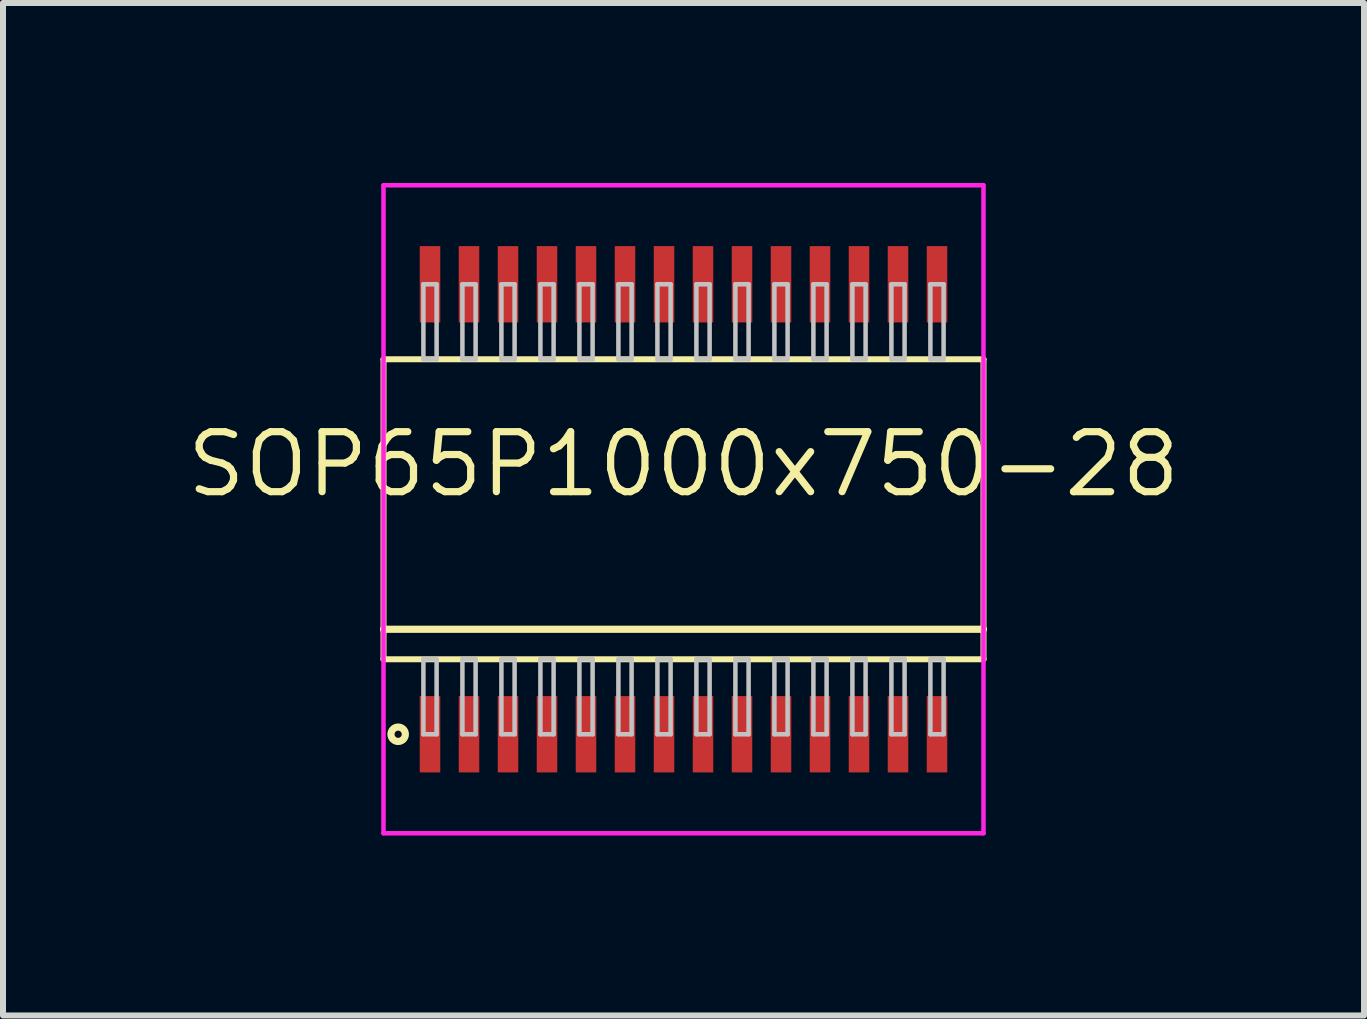
<source format=kicad_pcb>
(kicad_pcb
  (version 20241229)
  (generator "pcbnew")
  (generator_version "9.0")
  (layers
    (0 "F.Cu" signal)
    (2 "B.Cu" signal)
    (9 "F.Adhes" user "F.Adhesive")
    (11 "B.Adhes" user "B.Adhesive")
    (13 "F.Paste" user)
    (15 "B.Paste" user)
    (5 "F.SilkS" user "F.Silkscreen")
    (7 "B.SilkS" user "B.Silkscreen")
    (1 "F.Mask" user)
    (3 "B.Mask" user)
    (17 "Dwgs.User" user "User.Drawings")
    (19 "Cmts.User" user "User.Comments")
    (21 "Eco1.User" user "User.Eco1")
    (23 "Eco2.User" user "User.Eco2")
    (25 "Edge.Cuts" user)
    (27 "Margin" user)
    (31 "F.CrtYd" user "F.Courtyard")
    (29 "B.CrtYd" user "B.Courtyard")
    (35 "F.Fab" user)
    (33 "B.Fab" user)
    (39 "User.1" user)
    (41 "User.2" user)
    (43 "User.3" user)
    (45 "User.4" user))
  (footprint "SOP65P1000x750-28"
    (layer "F.Cu")
    (at 8.342 5.438)
    (property "Reference" "SOP65P1000x750-28" (at 0 -0.75 0) (layer "F.SilkS") (effects (font (size 1 1) (thickness 0.12))))
    (attr through_hole)
    (fp_line (start -5 -2.5) (end -5 2.5) (stroke (width 0.1) (type solid)) (layer "F.SilkS"))
    (fp_line (start -5 2) (end 5 2) (stroke (width 0.12) (type solid)) (layer "F.SilkS"))
    (fp_line (start -5 2.5) (end 5 2.5) (stroke (width 0.1) (type solid)) (layer "F.SilkS"))
    (fp_line (start 5 -2.5) (end -5 -2.5) (stroke (width 0.1) (type solid)) (layer "F.SilkS"))
    (fp_line (start 5 2.5) (end 5 -2.5) (stroke (width 0.1) (type solid)) (layer "F.SilkS"))
    (fp_circle (center -4.756 3.75) (end -4.636 3.75) (stroke (width 0.12) (type solid)) (fill no) (layer "F.SilkS"))
    (fp_line (start -4.335 -3.75) (end -4.335 -2.5) (stroke (width 0.075) (type solid)) (layer "Dwgs.User"))
    (fp_line (start -4.335 -2.5) (end -4.115 -2.5) (stroke (width 0.075) (type solid)) (layer "Dwgs.User"))
    (fp_line (start -4.335 2.5) (end -4.115 2.5) (stroke (width 0.075) (type solid)) (layer "Dwgs.User"))
    (fp_line (start -4.335 3.75) (end -4.335 2.5) (stroke (width 0.075) (type solid)) (layer "Dwgs.User"))
    (fp_line (start -4.115 -3.75) (end -4.335 -3.75) (stroke (width 0.075) (type solid)) (layer "Dwgs.User"))
    (fp_line (start -4.115 -2.5) (end -4.115 -3.75) (stroke (width 0.075) (type solid)) (layer "Dwgs.User"))
    (fp_line (start -4.115 2.5) (end -4.115 3.75) (stroke (width 0.075) (type solid)) (layer "Dwgs.User"))
    (fp_line (start -4.115 3.75) (end -4.335 3.75) (stroke (width 0.075) (type solid)) (layer "Dwgs.User"))
    (fp_line (start -3.685 -3.75) (end -3.685 -2.5) (stroke (width 0.075) (type solid)) (layer "Dwgs.User"))
    (fp_line (start -3.685 -2.5) (end -3.465 -2.5) (stroke (width 0.075) (type solid)) (layer "Dwgs.User"))
    (fp_line (start -3.685 2.5) (end -3.465 2.5) (stroke (width 0.075) (type solid)) (layer "Dwgs.User"))
    (fp_line (start -3.685 3.75) (end -3.685 2.5) (stroke (width 0.075) (type solid)) (layer "Dwgs.User"))
    (fp_line (start -3.465 -3.75) (end -3.685 -3.75) (stroke (width 0.075) (type solid)) (layer "Dwgs.User"))
    (fp_line (start -3.465 -2.5) (end -3.465 -3.75) (stroke (width 0.075) (type solid)) (layer "Dwgs.User"))
    (fp_line (start -3.465 2.5) (end -3.465 3.75) (stroke (width 0.075) (type solid)) (layer "Dwgs.User"))
    (fp_line (start -3.465 3.75) (end -3.685 3.75) (stroke (width 0.075) (type solid)) (layer "Dwgs.User"))
    (fp_line (start -3.035 -3.75) (end -3.035 -2.5) (stroke (width 0.075) (type solid)) (layer "Dwgs.User"))
    (fp_line (start -3.035 -2.5) (end -2.815 -2.5) (stroke (width 0.075) (type solid)) (layer "Dwgs.User"))
    (fp_line (start -3.035 2.5) (end -2.815 2.5) (stroke (width 0.075) (type solid)) (layer "Dwgs.User"))
    (fp_line (start -3.035 3.75) (end -3.035 2.5) (stroke (width 0.075) (type solid)) (layer "Dwgs.User"))
    (fp_line (start -2.815 -3.75) (end -3.035 -3.75) (stroke (width 0.075) (type solid)) (layer "Dwgs.User"))
    (fp_line (start -2.815 -2.5) (end -2.815 -3.75) (stroke (width 0.075) (type solid)) (layer "Dwgs.User"))
    (fp_line (start -2.815 2.5) (end -2.815 3.75) (stroke (width 0.075) (type solid)) (layer "Dwgs.User"))
    (fp_line (start -2.815 3.75) (end -3.035 3.75) (stroke (width 0.075) (type solid)) (layer "Dwgs.User"))
    (fp_line (start -2.385 -3.75) (end -2.385 -2.5) (stroke (width 0.075) (type solid)) (layer "Dwgs.User"))
    (fp_line (start -2.385 -2.5) (end -2.165 -2.5) (stroke (width 0.075) (type solid)) (layer "Dwgs.User"))
    (fp_line (start -2.385 2.5) (end -2.165 2.5) (stroke (width 0.075) (type solid)) (layer "Dwgs.User"))
    (fp_line (start -2.385 3.75) (end -2.385 2.5) (stroke (width 0.075) (type solid)) (layer "Dwgs.User"))
    (fp_line (start -2.165 -3.75) (end -2.385 -3.75) (stroke (width 0.075) (type solid)) (layer "Dwgs.User"))
    (fp_line (start -2.165 -2.5) (end -2.165 -3.75) (stroke (width 0.075) (type solid)) (layer "Dwgs.User"))
    (fp_line (start -2.165 2.5) (end -2.165 3.75) (stroke (width 0.075) (type solid)) (layer "Dwgs.User"))
    (fp_line (start -2.165 3.75) (end -2.385 3.75) (stroke (width 0.075) (type solid)) (layer "Dwgs.User"))
    (fp_line (start -1.735 -3.75) (end -1.735 -2.5) (stroke (width 0.075) (type solid)) (layer "Dwgs.User"))
    (fp_line (start -1.735 -2.5) (end -1.515 -2.5) (stroke (width 0.075) (type solid)) (layer "Dwgs.User"))
    (fp_line (start -1.735 2.5) (end -1.515 2.5) (stroke (width 0.075) (type solid)) (layer "Dwgs.User"))
    (fp_line (start -1.735 3.75) (end -1.735 2.5) (stroke (width 0.075) (type solid)) (layer "Dwgs.User"))
    (fp_line (start -1.515 -3.75) (end -1.735 -3.75) (stroke (width 0.075) (type solid)) (layer "Dwgs.User"))
    (fp_line (start -1.515 -2.5) (end -1.515 -3.75) (stroke (width 0.075) (type solid)) (layer "Dwgs.User"))
    (fp_line (start -1.515 2.5) (end -1.515 3.75) (stroke (width 0.075) (type solid)) (layer "Dwgs.User"))
    (fp_line (start -1.515 3.75) (end -1.735 3.75) (stroke (width 0.075) (type solid)) (layer "Dwgs.User"))
    (fp_line (start -1.085 -3.75) (end -1.085 -2.5) (stroke (width 0.075) (type solid)) (layer "Dwgs.User"))
    (fp_line (start -1.085 -2.5) (end -0.865 -2.5) (stroke (width 0.075) (type solid)) (layer "Dwgs.User"))
    (fp_line (start -1.085 2.5) (end -0.865 2.5) (stroke (width 0.075) (type solid)) (layer "Dwgs.User"))
    (fp_line (start -1.085 3.75) (end -1.085 2.5) (stroke (width 0.075) (type solid)) (layer "Dwgs.User"))
    (fp_line (start -0.865 -3.75) (end -1.085 -3.75) (stroke (width 0.075) (type solid)) (layer "Dwgs.User"))
    (fp_line (start -0.865 -2.5) (end -0.865 -3.75) (stroke (width 0.075) (type solid)) (layer "Dwgs.User"))
    (fp_line (start -0.865 2.5) (end -0.865 3.75) (stroke (width 0.075) (type solid)) (layer "Dwgs.User"))
    (fp_line (start -0.865 3.75) (end -1.085 3.75) (stroke (width 0.075) (type solid)) (layer "Dwgs.User"))
    (fp_line (start -0.435 -3.75) (end -0.435 -2.5) (stroke (width 0.075) (type solid)) (layer "Dwgs.User"))
    (fp_line (start -0.435 -2.5) (end -0.215 -2.5) (stroke (width 0.075) (type solid)) (layer "Dwgs.User"))
    (fp_line (start -0.435 2.5) (end -0.215 2.5) (stroke (width 0.075) (type solid)) (layer "Dwgs.User"))
    (fp_line (start -0.435 3.75) (end -0.435 2.5) (stroke (width 0.075) (type solid)) (layer "Dwgs.User"))
    (fp_line (start -0.215 -3.75) (end -0.435 -3.75) (stroke (width 0.075) (type solid)) (layer "Dwgs.User"))
    (fp_line (start -0.215 -2.5) (end -0.215 -3.75) (stroke (width 0.075) (type solid)) (layer "Dwgs.User"))
    (fp_line (start -0.215 2.5) (end -0.215 3.75) (stroke (width 0.075) (type solid)) (layer "Dwgs.User"))
    (fp_line (start -0.215 3.75) (end -0.435 3.75) (stroke (width 0.075) (type solid)) (layer "Dwgs.User"))
    (fp_line (start 0.215 -3.75) (end 0.215 -2.5) (stroke (width 0.075) (type solid)) (layer "Dwgs.User"))
    (fp_line (start 0.215 -2.5) (end 0.435 -2.5) (stroke (width 0.075) (type solid)) (layer "Dwgs.User"))
    (fp_line (start 0.215 2.5) (end 0.435 2.5) (stroke (width 0.075) (type solid)) (layer "Dwgs.User"))
    (fp_line (start 0.215 3.75) (end 0.215 2.5) (stroke (width 0.075) (type solid)) (layer "Dwgs.User"))
    (fp_line (start 0.435 -3.75) (end 0.215 -3.75) (stroke (width 0.075) (type solid)) (layer "Dwgs.User"))
    (fp_line (start 0.435 -2.5) (end 0.435 -3.75) (stroke (width 0.075) (type solid)) (layer "Dwgs.User"))
    (fp_line (start 0.435 2.5) (end 0.435 3.75) (stroke (width 0.075) (type solid)) (layer "Dwgs.User"))
    (fp_line (start 0.435 3.75) (end 0.215 3.75) (stroke (width 0.075) (type solid)) (layer "Dwgs.User"))
    (fp_line (start 0.865 -3.75) (end 0.865 -2.5) (stroke (width 0.075) (type solid)) (layer "Dwgs.User"))
    (fp_line (start 0.865 -2.5) (end 1.085 -2.5) (stroke (width 0.075) (type solid)) (layer "Dwgs.User"))
    (fp_line (start 0.865 2.5) (end 1.085 2.5) (stroke (width 0.075) (type solid)) (layer "Dwgs.User"))
    (fp_line (start 0.865 3.75) (end 0.865 2.5) (stroke (width 0.075) (type solid)) (layer "Dwgs.User"))
    (fp_line (start 1.085 -3.75) (end 0.865 -3.75) (stroke (width 0.075) (type solid)) (layer "Dwgs.User"))
    (fp_line (start 1.085 -2.5) (end 1.085 -3.75) (stroke (width 0.075) (type solid)) (layer "Dwgs.User"))
    (fp_line (start 1.085 2.5) (end 1.085 3.75) (stroke (width 0.075) (type solid)) (layer "Dwgs.User"))
    (fp_line (start 1.085 3.75) (end 0.865 3.75) (stroke (width 0.075) (type solid)) (layer "Dwgs.User"))
    (fp_line (start 1.515 -3.75) (end 1.515 -2.5) (stroke (width 0.075) (type solid)) (layer "Dwgs.User"))
    (fp_line (start 1.515 -2.5) (end 1.735 -2.5) (stroke (width 0.075) (type solid)) (layer "Dwgs.User"))
    (fp_line (start 1.515 2.5) (end 1.735 2.5) (stroke (width 0.075) (type solid)) (layer "Dwgs.User"))
    (fp_line (start 1.515 3.75) (end 1.515 2.5) (stroke (width 0.075) (type solid)) (layer "Dwgs.User"))
    (fp_line (start 1.735 -3.75) (end 1.515 -3.75) (stroke (width 0.075) (type solid)) (layer "Dwgs.User"))
    (fp_line (start 1.735 -2.5) (end 1.735 -3.75) (stroke (width 0.075) (type solid)) (layer "Dwgs.User"))
    (fp_line (start 1.735 2.5) (end 1.735 3.75) (stroke (width 0.075) (type solid)) (layer "Dwgs.User"))
    (fp_line (start 1.735 3.75) (end 1.515 3.75) (stroke (width 0.075) (type solid)) (layer "Dwgs.User"))
    (fp_line (start 2.165 -3.75) (end 2.165 -2.5) (stroke (width 0.075) (type solid)) (layer "Dwgs.User"))
    (fp_line (start 2.165 -2.5) (end 2.385 -2.5) (stroke (width 0.075) (type solid)) (layer "Dwgs.User"))
    (fp_line (start 2.165 2.5) (end 2.385 2.5) (stroke (width 0.075) (type solid)) (layer "Dwgs.User"))
    (fp_line (start 2.165 3.75) (end 2.165 2.5) (stroke (width 0.075) (type solid)) (layer "Dwgs.User"))
    (fp_line (start 2.385 -3.75) (end 2.165 -3.75) (stroke (width 0.075) (type solid)) (layer "Dwgs.User"))
    (fp_line (start 2.385 -2.5) (end 2.385 -3.75) (stroke (width 0.075) (type solid)) (layer "Dwgs.User"))
    (fp_line (start 2.385 2.5) (end 2.385 3.75) (stroke (width 0.075) (type solid)) (layer "Dwgs.User"))
    (fp_line (start 2.385 3.75) (end 2.165 3.75) (stroke (width 0.075) (type solid)) (layer "Dwgs.User"))
    (fp_line (start 2.815 -3.75) (end 2.815 -2.5) (stroke (width 0.075) (type solid)) (layer "Dwgs.User"))
    (fp_line (start 2.815 -2.5) (end 3.035 -2.5) (stroke (width 0.075) (type solid)) (layer "Dwgs.User"))
    (fp_line (start 2.815 2.5) (end 3.035 2.5) (stroke (width 0.075) (type solid)) (layer "Dwgs.User"))
    (fp_line (start 2.815 3.75) (end 2.815 2.5) (stroke (width 0.075) (type solid)) (layer "Dwgs.User"))
    (fp_line (start 3.035 -3.75) (end 2.815 -3.75) (stroke (width 0.075) (type solid)) (layer "Dwgs.User"))
    (fp_line (start 3.035 -2.5) (end 3.035 -3.75) (stroke (width 0.075) (type solid)) (layer "Dwgs.User"))
    (fp_line (start 3.035 2.5) (end 3.035 3.75) (stroke (width 0.075) (type solid)) (layer "Dwgs.User"))
    (fp_line (start 3.035 3.75) (end 2.815 3.75) (stroke (width 0.075) (type solid)) (layer "Dwgs.User"))
    (fp_line (start 3.465 -3.75) (end 3.465 -2.5) (stroke (width 0.075) (type solid)) (layer "Dwgs.User"))
    (fp_line (start 3.465 -2.5) (end 3.685 -2.5) (stroke (width 0.075) (type solid)) (layer "Dwgs.User"))
    (fp_line (start 3.465 2.5) (end 3.685 2.5) (stroke (width 0.075) (type solid)) (layer "Dwgs.User"))
    (fp_line (start 3.465 3.75) (end 3.465 2.5) (stroke (width 0.075) (type solid)) (layer "Dwgs.User"))
    (fp_line (start 3.685 -3.75) (end 3.465 -3.75) (stroke (width 0.075) (type solid)) (layer "Dwgs.User"))
    (fp_line (start 3.685 -2.5) (end 3.685 -3.75) (stroke (width 0.075) (type solid)) (layer "Dwgs.User"))
    (fp_line (start 3.685 2.5) (end 3.685 3.75) (stroke (width 0.075) (type solid)) (layer "Dwgs.User"))
    (fp_line (start 3.685 3.75) (end 3.465 3.75) (stroke (width 0.075) (type solid)) (layer "Dwgs.User"))
    (fp_line (start 4.115 -3.75) (end 4.115 -2.5) (stroke (width 0.075) (type solid)) (layer "Dwgs.User"))
    (fp_line (start 4.115 -2.5) (end 4.335 -2.5) (stroke (width 0.075) (type solid)) (layer "Dwgs.User"))
    (fp_line (start 4.115 2.5) (end 4.335 2.5) (stroke (width 0.075) (type solid)) (layer "Dwgs.User"))
    (fp_line (start 4.115 3.75) (end 4.115 2.5) (stroke (width 0.075) (type solid)) (layer "Dwgs.User"))
    (fp_line (start 4.335 -3.75) (end 4.115 -3.75) (stroke (width 0.075) (type solid)) (layer "Dwgs.User"))
    (fp_line (start 4.335 -2.5) (end 4.335 -3.75) (stroke (width 0.075) (type solid)) (layer "Dwgs.User"))
    (fp_line (start 4.335 2.5) (end 4.335 3.75) (stroke (width 0.075) (type solid)) (layer "Dwgs.User"))
    (fp_line (start 4.335 3.75) (end 4.115 3.75) (stroke (width 0.075) (type solid)) (layer "Dwgs.User"))
    (fp_line (start -0.75 0) (end 0.75 0) (stroke (width 0.12) (type solid)) (layer "Eco1.User"))
    (fp_line (start 0 -0.75) (end 0 0.75) (stroke (width 0.12) (type solid)) (layer "Eco1.User"))
    (fp_circle (center 0 0) (end 0.5 0) (stroke (width 0.12) (type solid)) (fill no) (layer "Eco1.User"))
    (fp_line (start -5 -5.4) (end -5 5.4) (stroke (width 0.075) (type solid)) (layer "F.CrtYd"))
    (fp_line (start -5 5.4) (end 5 5.4) (stroke (width 0.075) (type solid)) (layer "F.CrtYd"))
    (fp_line (start 5 -5.4) (end -5 -5.4) (stroke (width 0.075) (type solid)) (layer "F.CrtYd"))
    (fp_line (start 5 5.4) (end 5 -5.4) (stroke (width 0.075) (type solid)) (layer "F.CrtYd"))
    (pad "1" smd rect (at -4.225 3.75) (size 0.342 1.272) (layers "F.Cu" "F.Mask" "F.Paste"))
    (pad "2" smd rect (at -3.575 3.75) (size 0.342 1.272) (layers "F.Cu" "F.Mask" "F.Paste"))
    (pad "3" smd rect (at -2.925 3.75) (size 0.342 1.272) (layers "F.Cu" "F.Mask" "F.Paste"))
    (pad "4" smd rect (at -2.275 3.75) (size 0.342 1.272) (layers "F.Cu" "F.Mask" "F.Paste"))
    (pad "5" smd rect (at -1.625 3.75) (size 0.342 1.272) (layers "F.Cu" "F.Mask" "F.Paste"))
    (pad "6" smd rect (at -0.975 3.75) (size 0.342 1.272) (layers "F.Cu" "F.Mask" "F.Paste"))
    (pad "7" smd rect (at -0.325 3.75) (size 0.342 1.272) (layers "F.Cu" "F.Mask" "F.Paste"))
    (pad "8" smd rect (at 0.325 3.75) (size 0.342 1.272) (layers "F.Cu" "F.Mask" "F.Paste"))
    (pad "9" smd rect (at 0.975 3.75) (size 0.342 1.272) (layers "F.Cu" "F.Mask" "F.Paste"))
    (pad "10" smd rect (at 1.625 3.75) (size 0.342 1.272) (layers "F.Cu" "F.Mask" "F.Paste"))
    (pad "11" smd rect (at 2.275 3.75) (size 0.342 1.272) (layers "F.Cu" "F.Mask" "F.Paste"))
    (pad "12" smd rect (at 2.925 3.75) (size 0.342 1.272) (layers "F.Cu" "F.Mask" "F.Paste"))
    (pad "13" smd rect (at 3.575 3.75) (size 0.342 1.272) (layers "F.Cu" "F.Mask" "F.Paste"))
    (pad "14" smd rect (at 4.225 3.75) (size 0.342 1.272) (layers "F.Cu" "F.Mask" "F.Paste"))
    (pad "15" smd rect (at 4.225 -3.75) (size 0.342 1.272) (layers "F.Cu" "F.Mask" "F.Paste"))
    (pad "16" smd rect (at 3.575 -3.75) (size 0.342 1.272) (layers "F.Cu" "F.Mask" "F.Paste"))
    (pad "17" smd rect (at 2.925 -3.75) (size 0.342 1.272) (layers "F.Cu" "F.Mask" "F.Paste"))
    (pad "18" smd rect (at 2.275 -3.75) (size 0.342 1.272) (layers "F.Cu" "F.Mask" "F.Paste"))
    (pad "19" smd rect (at 1.625 -3.75) (size 0.342 1.272) (layers "F.Cu" "F.Mask" "F.Paste"))
    (pad "20" smd rect (at 0.975 -3.75) (size 0.342 1.272) (layers "F.Cu" "F.Mask" "F.Paste"))
    (pad "21" smd rect (at 0.325 -3.75) (size 0.342 1.272) (layers "F.Cu" "F.Mask" "F.Paste"))
    (pad "22" smd rect (at -0.325 -3.75) (size 0.342 1.272) (layers "F.Cu" "F.Mask" "F.Paste"))
    (pad "23" smd rect (at -0.975 -3.75) (size 0.342 1.272) (layers "F.Cu" "F.Mask" "F.Paste"))
    (pad "24" smd rect (at -1.625 -3.75) (size 0.342 1.272) (layers "F.Cu" "F.Mask" "F.Paste"))
    (pad "25" smd rect (at -2.275 -3.75) (size 0.342 1.272) (layers "F.Cu" "F.Mask" "F.Paste"))
    (pad "26" smd rect (at -2.925 -3.75) (size 0.342 1.272) (layers "F.Cu" "F.Mask" "F.Paste"))
    (pad "27" smd rect (at -3.575 -3.75) (size 0.342 1.272) (layers "F.Cu" "F.Mask" "F.Paste"))
    (pad "28" smd rect (at -4.225 -3.75) (size 0.342 1.272) (layers "F.Cu" "F.Mask" "F.Paste")))
  (gr_rect
    (start -3 -3)
    (end 19.684 13.875)
    (stroke (width 0.1) (type default))
    (fill no)
    (layer "Edge.Cuts")))
</source>
